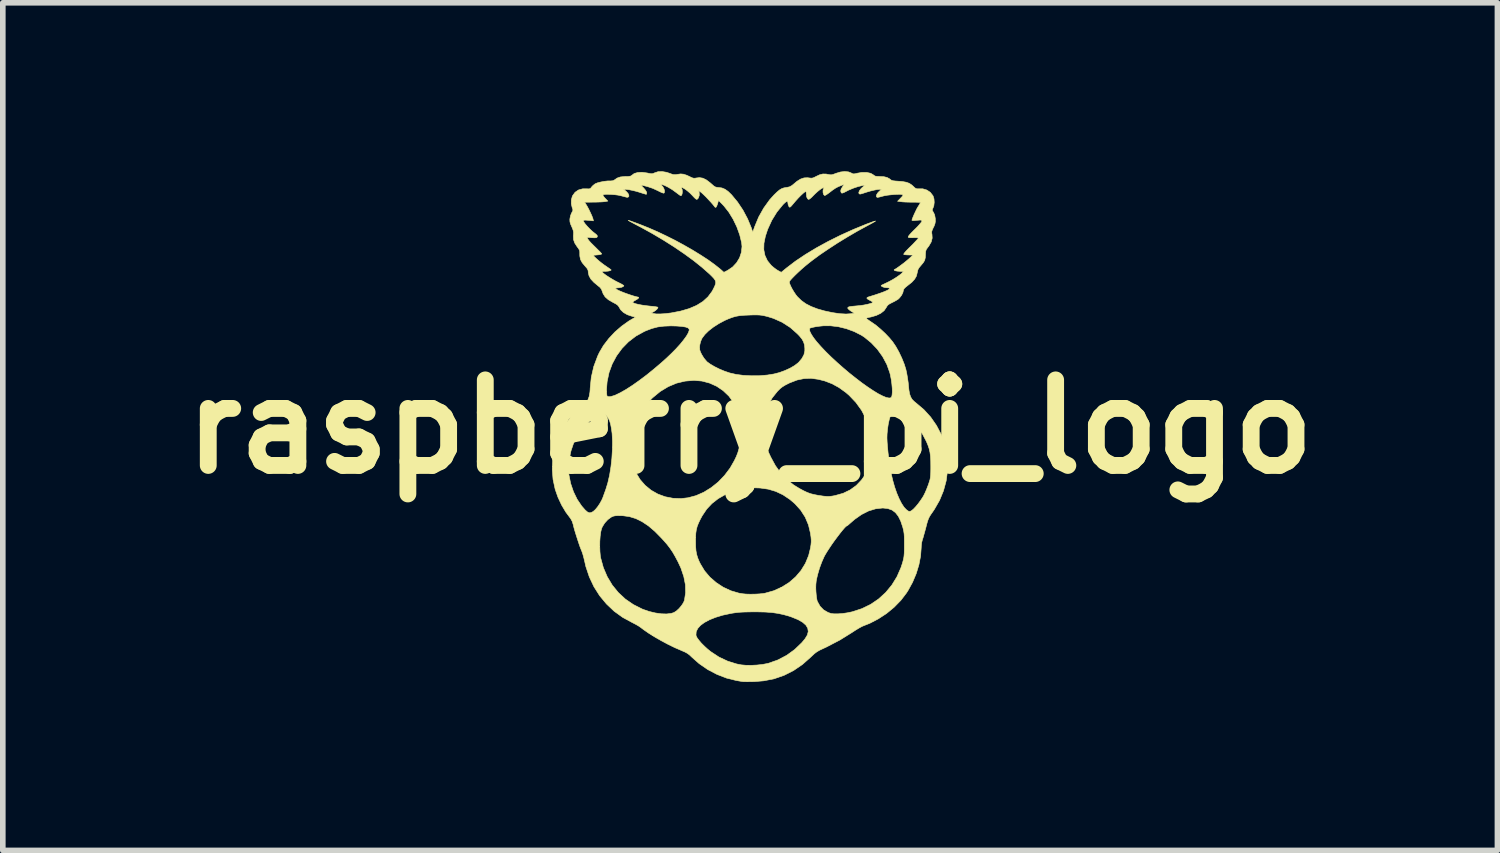
<source format=kicad_pcb>
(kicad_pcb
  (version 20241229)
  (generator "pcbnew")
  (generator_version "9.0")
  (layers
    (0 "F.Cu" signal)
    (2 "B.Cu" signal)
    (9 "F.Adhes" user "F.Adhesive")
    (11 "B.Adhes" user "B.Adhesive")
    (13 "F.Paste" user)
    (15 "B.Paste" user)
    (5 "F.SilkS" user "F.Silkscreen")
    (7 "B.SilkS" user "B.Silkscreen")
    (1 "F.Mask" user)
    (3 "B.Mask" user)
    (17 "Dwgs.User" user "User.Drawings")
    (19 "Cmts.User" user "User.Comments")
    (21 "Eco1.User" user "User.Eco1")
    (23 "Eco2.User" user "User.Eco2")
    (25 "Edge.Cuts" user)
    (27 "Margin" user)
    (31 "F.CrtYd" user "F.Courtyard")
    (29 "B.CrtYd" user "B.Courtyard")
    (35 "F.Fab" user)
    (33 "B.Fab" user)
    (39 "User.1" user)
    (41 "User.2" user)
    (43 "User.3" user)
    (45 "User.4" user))
  (footprint "raspberry_pi_logo"
    (layer "F.Cu")
    (at 10.312 4.552)
    (property "Reference" "raspberry_pi_logo" (at 0 0 0) (layer "F.SilkS") (effects (font (size 1.524 1.524) (thickness 0.3))))
    (attr through_hole)
    (fp_poly (pts (xy 1.753 -4.54) (xy 1.799 -4.522) (xy 1.825 -4.508) (xy 1.847 -4.504) (xy 1.877 -4.508) (xy 1.907 -4.516) (xy 1.994 -4.531) (xy 2.075 -4.531) (xy 2.143 -4.516) (xy 2.159 -4.509) (xy 2.191 -4.49) (xy 2.213 -4.475) (xy 2.216 -4.471) (xy 2.232 -4.464) (xy 2.266 -4.46) (xy 2.311 -4.458) (xy 2.311 -4.458) (xy 2.384 -4.454) (xy 2.439 -4.441) (xy 2.482 -4.418) (xy 2.498 -4.405) (xy 2.518 -4.391) (xy 2.548 -4.382) (xy 2.593 -4.377) (xy 2.625 -4.375) (xy 2.713 -4.368) (xy 2.781 -4.356) (xy 2.836 -4.336) (xy 2.881 -4.306) (xy 2.903 -4.286) (xy 2.936 -4.255) (xy 2.961 -4.241) (xy 2.985 -4.238) (xy 2.996 -4.239) (xy 3.075 -4.239) (xy 3.148 -4.217) (xy 3.21 -4.176) (xy 3.256 -4.117) (xy 3.26 -4.11) (xy 3.276 -4.059) (xy 3.28 -3.997) (xy 3.273 -3.936) (xy 3.26 -3.901) (xy 3.247 -3.871) (xy 3.247 -3.851) (xy 3.262 -3.826) (xy 3.267 -3.819) (xy 3.288 -3.773) (xy 3.299 -3.71) (xy 3.299 -3.703) (xy 3.3 -3.654) (xy 3.293 -3.615) (xy 3.277 -3.572) (xy 3.266 -3.552) (xy 3.246 -3.508) (xy 3.236 -3.477) (xy 3.236 -3.448) (xy 3.24 -3.428) (xy 3.244 -3.36) (xy 3.226 -3.291) (xy 3.184 -3.219) (xy 3.16 -3.188) (xy 3.138 -3.157) (xy 3.128 -3.125) (xy 3.124 -3.081) (xy 3.124 -3.071) (xy 3.121 -3.012) (xy 3.11 -2.965) (xy 3.085 -2.923) (xy 3.045 -2.875) (xy 3.043 -2.873) (xy 3.01 -2.833) (xy 2.99 -2.798) (xy 2.98 -2.757) (xy 2.978 -2.747) (xy 2.963 -2.685) (xy 2.931 -2.629) (xy 2.881 -2.574) (xy 2.814 -2.521) (xy 2.77 -2.486) (xy 2.744 -2.46) (xy 2.732 -2.438) (xy 2.73 -2.426) (xy 2.721 -2.388) (xy 2.698 -2.342) (xy 2.665 -2.299) (xy 2.64 -2.274) (xy 2.61 -2.255) (xy 2.568 -2.231) (xy 2.527 -2.211) (xy 2.48 -2.186) (xy 2.451 -2.164) (xy 2.432 -2.137) (xy 2.425 -2.123) (xy 2.387 -2.068) (xy 2.327 -2.021) (xy 2.248 -1.983) (xy 2.152 -1.955) (xy 2.123 -1.95) (xy 2.091 -1.942) (xy 2.072 -1.934) (xy 2.07 -1.932) (xy 2.08 -1.921) (xy 2.107 -1.901) (xy 2.146 -1.874) (xy 2.166 -1.861) (xy 2.242 -1.808) (xy 2.324 -1.739) (xy 2.407 -1.662) (xy 2.482 -1.583) (xy 2.54 -1.513) (xy 2.596 -1.43) (xy 2.652 -1.33) (xy 2.703 -1.222) (xy 2.746 -1.115) (xy 2.775 -1.022) (xy 2.79 -0.954) (xy 2.804 -0.872) (xy 2.816 -0.789) (xy 2.821 -0.738) (xy 2.83 -0.65) (xy 2.842 -0.584) (xy 2.86 -0.532) (xy 2.885 -0.489) (xy 2.921 -0.452) (xy 2.965 -0.416) (xy 3.098 -0.303) (xy 3.217 -0.172) (xy 3.319 -0.025) (xy 3.402 0.132) (xy 3.446 0.242) (xy 3.494 0.42) (xy 3.517 0.601) (xy 3.517 0.783) (xy 3.493 0.964) (xy 3.445 1.141) (xy 3.375 1.311) (xy 3.282 1.473) (xy 3.25 1.52) (xy 3.219 1.564) (xy 3.196 1.601) (xy 3.178 1.638) (xy 3.162 1.681) (xy 3.146 1.737) (xy 3.132 1.793) (xy 3.114 1.86) (xy 3.096 1.924) (xy 3.081 1.978) (xy 3.069 2.014) (xy 3.068 2.018) (xy 3.057 2.061) (xy 3.05 2.116) (xy 3.048 2.159) (xy 3.037 2.305) (xy 3.007 2.46) (xy 2.959 2.617) (xy 2.894 2.771) (xy 2.814 2.917) (xy 2.785 2.962) (xy 2.686 3.092) (xy 2.566 3.215) (xy 2.43 3.327) (xy 2.283 3.423) (xy 2.131 3.502) (xy 2.03 3.542) (xy 1.992 3.558) (xy 1.941 3.586) (xy 1.883 3.621) (xy 1.824 3.659) (xy 1.822 3.661) (xy 1.598 3.8) (xy 1.36 3.924) (xy 1.304 3.95) (xy 1.24 3.98) (xy 1.19 4.009) (xy 1.146 4.042) (xy 1.099 4.086) (xy 1.081 4.103) (xy 0.932 4.235) (xy 0.774 4.343) (xy 0.606 4.428) (xy 0.43 4.489) (xy 0.244 4.526) (xy 0.076 4.54) (xy 0.009 4.541) (xy -0.052 4.542) (xy -0.1 4.541) (xy -0.131 4.54) (xy -0.133 4.539) (xy -0.167 4.534) (xy -0.214 4.526) (xy -0.248 4.52) (xy -0.421 4.477) (xy -0.591 4.411) (xy -0.755 4.325) (xy -0.907 4.22) (xy -1.035 4.107) (xy -1.077 4.067) (xy -1.117 4.037) (xy -1.163 4.012) (xy -1.224 3.986) (xy -1.232 3.982) (xy -1.341 3.935) (xy -1.458 3.878) (xy -1.578 3.814) (xy -1.695 3.747) (xy -1.756 3.709) (xy -0.964 3.709) (xy -0.961 3.724) (xy -0.945 3.758) (xy -0.912 3.803) (xy -0.868 3.855) (xy -0.814 3.909) (xy -0.757 3.961) (xy -0.703 4.005) (xy -0.554 4.103) (xy -0.399 4.176) (xy -0.238 4.226) (xy -0.156 4.242) (xy -0.075 4.249) (xy 0.021 4.25) (xy 0.123 4.245) (xy 0.222 4.234) (xy 0.308 4.218) (xy 0.332 4.212) (xy 0.498 4.153) (xy 0.653 4.071) (xy 0.794 3.969) (xy 0.921 3.847) (xy 0.98 3.776) (xy 1.02 3.71) (xy 1.036 3.648) (xy 1.027 3.589) (xy 0.994 3.534) (xy 0.936 3.483) (xy 0.852 3.435) (xy 0.744 3.391) (xy 0.692 3.373) (xy 0.595 3.346) (xy 0.497 3.325) (xy 0.393 3.31) (xy 0.277 3.301) (xy 0.145 3.298) (xy 0.064 3.297) (xy -0.039 3.299) (xy -0.122 3.301) (xy -0.192 3.305) (xy -0.255 3.312) (xy -0.317 3.321) (xy -0.349 3.327) (xy -0.489 3.357) (xy -0.614 3.395) (xy -0.722 3.438) (xy -0.812 3.486) (xy -0.883 3.538) (xy -0.932 3.593) (xy -0.96 3.651) (xy -0.964 3.709) (xy -1.756 3.709) (xy -1.803 3.68) (xy -1.897 3.615) (xy -1.949 3.575) (xy -1.986 3.55) (xy -2.036 3.521) (xy -2.09 3.493) (xy -2.1 3.488) (xy -2.268 3.397) (xy -2.422 3.286) (xy -2.559 3.156) (xy -2.68 3.01) (xy -2.782 2.849) (xy -2.864 2.675) (xy -2.926 2.49) (xy -2.946 2.402) (xy -2.961 2.339) (xy -2.978 2.276) (xy -2.995 2.225) (xy -3.002 2.208) (xy -3.022 2.158) (xy -3.032 2.132) (xy -2.678 2.132) (xy -2.675 2.221) (xy -2.668 2.3) (xy -2.662 2.336) (xy -2.614 2.51) (xy -2.545 2.671) (xy -2.456 2.82) (xy -2.348 2.953) (xy -2.222 3.07) (xy -2.079 3.168) (xy -1.922 3.247) (xy -1.905 3.254) (xy -1.797 3.291) (xy -1.688 3.317) (xy -1.583 3.332) (xy -1.487 3.335) (xy -1.405 3.325) (xy -1.357 3.31) (xy -1.313 3.282) (xy -1.266 3.239) (xy -1.222 3.187) (xy -1.187 3.134) (xy -1.169 3.091) (xy -1.149 2.957) (xy -1.152 2.816) (xy -1.181 2.669) (xy -1.233 2.515) (xy -1.284 2.406) (xy -1.334 2.312) (xy -1.379 2.234) (xy -1.425 2.166) (xy -1.476 2.099) (xy -1.529 2.038) (xy -0.971 2.038) (xy -0.97 2.132) (xy -0.964 2.209) (xy -0.952 2.274) (xy -0.933 2.337) (xy -0.905 2.404) (xy -0.885 2.444) (xy -0.811 2.567) (xy -0.716 2.679) (xy -0.603 2.777) (xy -0.478 2.859) (xy -0.342 2.922) (xy -0.199 2.964) (xy -0.133 2.975) (xy -0.073 2.981) (xy 0.002 2.983) (xy 0.084 2.982) (xy 0.163 2.978) (xy 0.231 2.971) (xy 0.267 2.965) (xy 0.423 2.921) (xy 0.535 2.87) (xy 1.17 2.87) (xy 1.173 2.934) (xy 1.178 2.995) (xy 1.185 3.051) (xy 1.193 3.095) (xy 1.199 3.112) (xy 1.247 3.198) (xy 1.31 3.263) (xy 1.39 3.309) (xy 1.444 3.327) (xy 1.496 3.333) (xy 1.565 3.333) (xy 1.645 3.327) (xy 1.73 3.315) (xy 1.812 3.298) (xy 1.824 3.295) (xy 1.992 3.24) (xy 2.148 3.164) (xy 2.289 3.068) (xy 2.416 2.952) (xy 2.525 2.82) (xy 2.617 2.671) (xy 2.688 2.508) (xy 2.713 2.432) (xy 2.726 2.386) (xy 2.736 2.345) (xy 2.742 2.304) (xy 2.746 2.255) (xy 2.748 2.194) (xy 2.748 2.114) (xy 2.748 2.108) (xy 2.748 2.025) (xy 2.747 1.961) (xy 2.744 1.91) (xy 2.738 1.867) (xy 2.729 1.825) (xy 2.721 1.793) (xy 2.684 1.682) (xy 2.641 1.595) (xy 2.59 1.53) (xy 2.529 1.484) (xy 2.456 1.458) (xy 2.37 1.448) (xy 2.357 1.448) (xy 2.235 1.462) (xy 2.111 1.5) (xy 1.986 1.563) (xy 1.862 1.65) (xy 1.778 1.723) (xy 1.75 1.748) (xy 1.73 1.763) (xy 1.725 1.765) (xy 1.708 1.775) (xy 1.68 1.804) (xy 1.643 1.847) (xy 1.6 1.901) (xy 1.552 1.964) (xy 1.502 2.031) (xy 1.453 2.1) (xy 1.408 2.168) (xy 1.367 2.231) (xy 1.335 2.285) (xy 1.321 2.31) (xy 1.278 2.407) (xy 1.237 2.517) (xy 1.204 2.63) (xy 1.192 2.68) (xy 1.178 2.748) (xy 1.172 2.808) (xy 1.17 2.87) (xy 0.535 2.87) (xy 0.566 2.856) (xy 0.696 2.774) (xy 0.811 2.674) (xy 0.908 2.56) (xy 0.986 2.433) (xy 1.043 2.294) (xy 1.076 2.159) (xy 1.085 2.1) (xy 1.089 2.054) (xy 1.089 2.013) (xy 1.085 1.965) (xy 1.076 1.902) (xy 1.075 1.896) (xy 1.04 1.749) (xy 0.982 1.611) (xy 0.901 1.485) (xy 0.798 1.371) (xy 0.709 1.295) (xy 0.585 1.212) (xy 0.458 1.152) (xy 0.324 1.112) (xy 0.178 1.091) (xy 0.057 1.087) (xy -0.06 1.092) (xy -0.161 1.105) (xy -0.257 1.13) (xy -0.355 1.167) (xy -0.438 1.206) (xy -0.569 1.281) (xy -0.679 1.367) (xy -0.773 1.467) (xy -0.853 1.586) (xy -0.888 1.651) (xy -0.92 1.718) (xy -0.943 1.777) (xy -0.958 1.835) (xy -0.967 1.898) (xy -0.971 1.974) (xy -0.971 2.038) (xy -1.529 2.038) (xy -1.539 2.027) (xy -1.577 1.985) (xy -1.696 1.864) (xy -1.811 1.766) (xy -1.924 1.691) (xy -2.035 1.636) (xy -2.149 1.601) (xy -2.265 1.585) (xy -2.297 1.584) (xy -2.358 1.583) (xy -2.401 1.586) (xy -2.433 1.592) (xy -2.461 1.604) (xy -2.472 1.609) (xy -2.534 1.654) (xy -2.59 1.715) (xy -2.633 1.784) (xy -2.647 1.819) (xy -2.661 1.877) (xy -2.671 1.953) (xy -2.677 2.04) (xy -2.678 2.132) (xy -3.032 2.132) (xy -3.046 2.091) (xy -3.072 2.013) (xy -3.098 1.932) (xy -3.122 1.854) (xy -3.141 1.786) (xy -3.15 1.746) (xy -3.17 1.684) (xy -3.197 1.635) (xy -3.202 1.629) (xy -3.283 1.52) (xy -3.358 1.394) (xy -3.422 1.257) (xy -3.471 1.118) (xy -3.472 1.115) (xy -3.51 0.939) (xy -3.524 0.758) (xy -3.522 0.704) (xy -3.234 0.704) (xy -3.23 0.832) (xy -3.227 0.858) (xy -3.196 1.012) (xy -3.146 1.158) (xy -3.081 1.292) (xy -3.001 1.411) (xy -2.938 1.483) (xy -2.898 1.518) (xy -2.866 1.533) (xy -2.834 1.53) (xy -2.795 1.51) (xy -2.793 1.508) (xy -2.757 1.476) (xy -2.717 1.428) (xy -2.678 1.37) (xy -2.644 1.31) (xy -2.622 1.26) (xy -2.606 1.215) (xy -2.586 1.16) (xy -2.57 1.116) (xy -2.534 0.998) (xy -2.503 0.863) (xy -2.479 0.714) (xy -2.462 0.56) (xy -2.453 0.406) (xy -2.452 0.362) (xy -2.126 0.362) (xy -2.125 0.463) (xy -2.12 0.546) (xy -2.109 0.617) (xy -2.09 0.684) (xy -2.064 0.753) (xy -2.033 0.819) (xy -1.96 0.94) (xy -1.869 1.044) (xy -1.763 1.131) (xy -1.643 1.199) (xy -1.513 1.247) (xy -1.374 1.274) (xy -1.229 1.279) (xy -1.105 1.265) (xy -0.963 1.227) (xy -0.824 1.166) (xy -0.692 1.084) (xy -0.567 0.984) (xy -0.455 0.867) (xy -0.356 0.736) (xy -0.28 0.603) (xy -0.245 0.53) (xy -0.219 0.463) (xy -0.199 0.394) (xy -0.182 0.313) (xy -0.172 0.254) (xy -0.156 0.109) (xy -0.157 0.057) (xy 0.246 0.057) (xy 0.247 0.076) (xy 0.257 0.187) (xy 0.273 0.282) (xy 0.298 0.372) (xy 0.334 0.467) (xy 0.368 0.54) (xy 0.451 0.693) (xy 0.546 0.825) (xy 0.653 0.939) (xy 0.776 1.037) (xy 0.877 1.099) (xy 0.953 1.14) (xy 1.017 1.17) (xy 1.076 1.192) (xy 1.14 1.208) (xy 1.217 1.223) (xy 1.232 1.225) (xy 1.306 1.236) (xy 1.363 1.241) (xy 1.411 1.241) (xy 1.459 1.236) (xy 1.515 1.226) (xy 1.517 1.225) (xy 1.659 1.185) (xy 1.783 1.125) (xy 1.892 1.046) (xy 1.985 0.948) (xy 2.032 0.882) (xy 2.097 0.763) (xy 2.141 0.632) (xy 2.167 0.488) (xy 2.173 0.359) (xy 2.162 0.2) (xy 2.438 0.2) (xy 2.441 0.271) (xy 2.448 0.362) (xy 2.458 0.465) (xy 2.472 0.575) (xy 2.488 0.686) (xy 2.505 0.791) (xy 2.514 0.838) (xy 2.542 0.958) (xy 2.575 1.074) (xy 2.613 1.183) (xy 2.655 1.282) (xy 2.698 1.366) (xy 2.742 1.433) (xy 2.784 1.478) (xy 2.786 1.479) (xy 2.817 1.502) (xy 2.838 1.509) (xy 2.861 1.503) (xy 2.881 1.491) (xy 2.911 1.466) (xy 2.95 1.425) (xy 2.993 1.373) (xy 3.035 1.316) (xy 3.074 1.258) (xy 3.092 1.227) (xy 3.116 1.179) (xy 3.143 1.117) (xy 3.168 1.052) (xy 3.177 1.029) (xy 3.192 0.982) (xy 3.204 0.944) (xy 3.211 0.908) (xy 3.215 0.868) (xy 3.218 0.818) (xy 3.219 0.753) (xy 3.219 0.705) (xy 3.218 0.604) (xy 3.213 0.523) (xy 3.204 0.453) (xy 3.189 0.389) (xy 3.167 0.325) (xy 3.14 0.261) (xy 3.071 0.13) (xy 2.982 0.006) (xy 2.878 -0.106) (xy 2.765 -0.2) (xy 2.732 -0.222) (xy 2.671 -0.259) (xy 2.626 -0.281) (xy 2.591 -0.288) (xy 2.562 -0.283) (xy 2.549 -0.276) (xy 2.525 -0.248) (xy 2.501 -0.198) (xy 2.48 -0.132) (xy 2.462 -0.052) (xy 2.449 0.036) (xy 2.44 0.128) (xy 2.438 0.2) (xy 2.162 0.2) (xy 2.161 0.187) (xy 2.125 0.02) (xy 2.066 -0.141) (xy 1.986 -0.293) (xy 1.885 -0.433) (xy 1.765 -0.559) (xy 1.706 -0.61) (xy 1.584 -0.698) (xy 1.462 -0.765) (xy 1.333 -0.815) (xy 1.215 -0.845) (xy 1.086 -0.863) (xy 0.961 -0.858) (xy 0.836 -0.832) (xy 0.706 -0.782) (xy 0.691 -0.775) (xy 0.626 -0.742) (xy 0.577 -0.712) (xy 0.536 -0.68) (xy 0.496 -0.64) (xy 0.488 -0.632) (xy 0.394 -0.514) (xy 0.323 -0.388) (xy 0.275 -0.251) (xy 0.25 -0.103) (xy 0.246 0.057) (xy -0.157 0.057) (xy -0.157 -0.023) (xy -0.177 -0.148) (xy -0.216 -0.274) (xy -0.228 -0.304) (xy -0.295 -0.433) (xy -0.379 -0.547) (xy -0.48 -0.643) (xy -0.595 -0.721) (xy -0.722 -0.778) (xy -0.858 -0.814) (xy -1 -0.826) (xy -1.158 -0.813) (xy -1.312 -0.776) (xy -1.459 -0.714) (xy -1.6 -0.629) (xy -1.734 -0.519) (xy -1.751 -0.503) (xy -1.871 -0.37) (xy -1.971 -0.222) (xy -2.049 -0.059) (xy -2.091 0.06) (xy -2.104 0.108) (xy -2.114 0.151) (xy -2.12 0.196) (xy -2.124 0.249) (xy -2.125 0.317) (xy -2.126 0.362) (xy -2.452 0.362) (xy -2.451 0.258) (xy -2.458 0.122) (xy -2.469 0.038) (xy -2.484 -0.042) (xy -2.502 -0.103) (xy -2.525 -0.151) (xy -2.557 -0.193) (xy -2.565 -0.201) (xy -2.597 -0.228) (xy -2.63 -0.238) (xy -2.669 -0.23) (xy -2.718 -0.203) (xy -2.741 -0.188) (xy -2.872 -0.086) (xy -2.983 0.03) (xy -3.077 0.163) (xy -3.091 0.186) (xy -3.147 0.301) (xy -3.191 0.431) (xy -3.22 0.568) (xy -3.234 0.704) (xy -3.522 0.704) (xy -3.516 0.577) (xy -3.484 0.398) (xy -3.431 0.224) (xy -3.356 0.059) (xy -3.289 -0.052) (xy -3.245 -0.111) (xy -3.188 -0.178) (xy -3.125 -0.246) (xy -3.061 -0.309) (xy -3.003 -0.36) (xy -2.981 -0.377) (xy -2.929 -0.423) (xy -2.891 -0.475) (xy -2.867 -0.538) (xy -2.853 -0.617) (xy -2.849 -0.673) (xy -2.557 -0.673) (xy -2.557 -0.622) (xy -2.554 -0.58) (xy -2.55 -0.553) (xy -2.549 -0.549) (xy -2.526 -0.535) (xy -2.484 -0.537) (xy -2.424 -0.555) (xy -2.397 -0.565) (xy -2.31 -0.607) (xy -2.208 -0.665) (xy -2.095 -0.738) (xy -1.972 -0.825) (xy -1.843 -0.922) (xy -1.711 -1.029) (xy -1.577 -1.143) (xy -1.488 -1.223) (xy -1.397 -1.31) (xy -1.314 -1.394) (xy -1.309 -1.4) (xy -0.901 -1.4) (xy -0.896 -1.367) (xy -0.884 -1.331) (xy -0.863 -1.288) (xy -0.823 -1.223) (xy -0.777 -1.168) (xy -0.763 -1.154) (xy -0.707 -1.114) (xy -0.632 -1.07) (xy -0.547 -1.028) (xy -0.456 -0.99) (xy -0.368 -0.96) (xy -0.362 -0.958) (xy -0.248 -0.932) (xy -0.117 -0.915) (xy 0.024 -0.908) (xy 0.168 -0.909) (xy 0.307 -0.921) (xy 0.425 -0.94) (xy 0.522 -0.965) (xy 0.62 -1.001) (xy 0.712 -1.043) (xy 0.793 -1.09) (xy 0.855 -1.138) (xy 0.866 -1.148) (xy 0.923 -1.216) (xy 0.959 -1.282) (xy 0.975 -1.35) (xy 0.975 -1.401) (xy 0.968 -1.462) (xy 0.951 -1.514) (xy 0.923 -1.564) (xy 0.879 -1.618) (xy 0.842 -1.656) (xy 0.758 -1.731) (xy 1.057 -1.731) (xy 1.067 -1.693) (xy 1.092 -1.644) (xy 1.131 -1.585) (xy 1.181 -1.52) (xy 1.26 -1.43) (xy 1.35 -1.335) (xy 1.448 -1.239) (xy 1.553 -1.142) (xy 1.662 -1.046) (xy 1.772 -0.953) (xy 1.883 -0.865) (xy 1.991 -0.782) (xy 2.095 -0.708) (xy 2.193 -0.643) (xy 2.281 -0.589) (xy 2.359 -0.549) (xy 2.424 -0.522) (xy 2.474 -0.512) (xy 2.483 -0.512) (xy 2.506 -0.516) (xy 2.52 -0.529) (xy 2.528 -0.558) (xy 2.53 -0.572) (xy 2.534 -0.621) (xy 2.532 -0.688) (xy 2.525 -0.765) (xy 2.514 -0.845) (xy 2.499 -0.922) (xy 2.488 -0.965) (xy 2.436 -1.11) (xy 2.361 -1.25) (xy 2.267 -1.381) (xy 2.157 -1.497) (xy 2.036 -1.596) (xy 1.982 -1.631) (xy 1.854 -1.696) (xy 1.715 -1.747) (xy 1.572 -1.782) (xy 1.429 -1.799) (xy 1.304 -1.798) (xy 1.235 -1.791) (xy 1.17 -1.782) (xy 1.116 -1.771) (xy 1.078 -1.761) (xy 1.063 -1.753) (xy 1.057 -1.731) (xy 0.758 -1.731) (xy 0.714 -1.769) (xy 0.571 -1.861) (xy 0.417 -1.93) (xy 0.308 -1.964) (xy 0.257 -1.976) (xy 0.213 -1.985) (xy 0.17 -1.99) (xy 0.121 -1.992) (xy 0.059 -1.992) (xy -0.006 -1.99) (xy -0.105 -1.986) (xy -0.185 -1.979) (xy -0.254 -1.967) (xy -0.319 -1.948) (xy -0.387 -1.922) (xy -0.451 -1.894) (xy -0.556 -1.838) (xy -0.653 -1.776) (xy -0.738 -1.71) (xy -0.806 -1.643) (xy -0.855 -1.578) (xy -0.863 -1.562) (xy -0.882 -1.516) (xy -0.895 -1.462) (xy -0.898 -1.44) (xy -0.901 -1.4) (xy -1.309 -1.4) (xy -1.241 -1.475) (xy -1.181 -1.55) (xy -1.133 -1.616) (xy -1.101 -1.672) (xy -1.085 -1.716) (xy -1.086 -1.74) (xy -1.105 -1.76) (xy -1.148 -1.776) (xy -1.215 -1.787) (xy -1.303 -1.794) (xy -1.41 -1.797) (xy -1.535 -1.792) (xy -1.645 -1.778) (xy -1.748 -1.751) (xy -1.854 -1.711) (xy -1.887 -1.696) (xy -2.034 -1.615) (xy -2.166 -1.514) (xy -2.281 -1.396) (xy -2.378 -1.264) (xy -2.456 -1.119) (xy -2.513 -0.964) (xy -2.547 -0.801) (xy -2.557 -0.673) (xy -2.849 -0.673) (xy -2.849 -0.686) (xy -2.829 -0.881) (xy -2.785 -1.072) (xy -2.716 -1.257) (xy -2.685 -1.323) (xy -2.612 -1.447) (xy -2.518 -1.57) (xy -2.409 -1.687) (xy -2.288 -1.792) (xy -2.162 -1.882) (xy -2.127 -1.903) (xy -2.042 -1.953) (xy -2.104 -1.968) (xy -2.187 -1.996) (xy -2.256 -2.036) (xy -2.306 -2.084) (xy -2.323 -2.113) (xy -2.341 -2.144) (xy -2.362 -2.168) (xy -2.393 -2.189) (xy -2.44 -2.214) (xy -2.446 -2.217) (xy -2.525 -2.263) (xy -2.582 -2.313) (xy -2.618 -2.37) (xy -2.632 -2.408) (xy -2.648 -2.45) (xy -2.675 -2.484) (xy -2.705 -2.508) (xy -2.782 -2.572) (xy -2.837 -2.631) (xy -2.869 -2.689) (xy -2.883 -2.748) (xy -2.883 -2.761) (xy -2.888 -2.791) (xy -2.905 -2.822) (xy -2.939 -2.861) (xy -2.941 -2.863) (xy -2.991 -2.923) (xy -3.021 -2.979) (xy -3.033 -3.04) (xy -3.034 -3.079) (xy -3.034 -3.117) (xy -3.04 -3.146) (xy -3.057 -3.175) (xy -3.084 -3.211) (xy -3.124 -3.273) (xy -3.145 -3.333) (xy -3.148 -3.401) (xy -3.146 -3.425) (xy -3.145 -3.464) (xy -3.152 -3.501) (xy -3.17 -3.548) (xy -3.178 -3.565) (xy -3.199 -3.614) (xy -3.209 -3.651) (xy -3.21 -3.674) (xy -2.972 -3.674) (xy -2.963 -3.65) (xy -2.938 -3.614) (xy -2.901 -3.571) (xy -2.856 -3.524) (xy -2.808 -3.479) (xy -2.759 -3.44) (xy -2.751 -3.434) (xy -2.725 -3.41) (xy -2.721 -3.388) (xy -2.722 -3.385) (xy -2.73 -3.373) (xy -2.746 -3.367) (xy -2.776 -3.366) (xy -2.819 -3.368) (xy -2.908 -3.375) (xy -2.886 -3.337) (xy -2.868 -3.313) (xy -2.836 -3.277) (xy -2.794 -3.235) (xy -2.754 -3.196) (xy -2.712 -3.154) (xy -2.676 -3.119) (xy -2.652 -3.092) (xy -2.643 -3.08) (xy -2.654 -3.072) (xy -2.683 -3.065) (xy -2.721 -3.061) (xy -2.8 -3.054) (xy -2.737 -2.994) (xy -2.695 -2.957) (xy -2.642 -2.914) (xy -2.588 -2.874) (xy -2.578 -2.868) (xy -2.535 -2.838) (xy -2.501 -2.815) (xy -2.481 -2.8) (xy -2.477 -2.798) (xy -2.477 -2.788) (xy -2.497 -2.779) (xy -2.531 -2.772) (xy -2.573 -2.769) (xy -2.576 -2.769) (xy -2.615 -2.768) (xy -2.633 -2.765) (xy -2.634 -2.757) (xy -2.627 -2.747) (xy -2.603 -2.726) (xy -2.563 -2.696) (xy -2.51 -2.662) (xy -2.451 -2.626) (xy -2.391 -2.592) (xy -2.339 -2.566) (xy -2.297 -2.545) (xy -2.265 -2.526) (xy -2.249 -2.514) (xy -2.248 -2.513) (xy -2.26 -2.497) (xy -2.291 -2.484) (xy -2.335 -2.476) (xy -2.349 -2.475) (xy -2.403 -2.471) (xy -2.372 -2.444) (xy -2.349 -2.431) (xy -2.308 -2.413) (xy -2.254 -2.391) (xy -2.194 -2.369) (xy -2.133 -2.348) (xy -2.077 -2.33) (xy -2.031 -2.317) (xy -2.003 -2.311) (xy -2.001 -2.311) (xy -1.984 -2.306) (xy -1.987 -2.292) (xy -2.008 -2.274) (xy -2.042 -2.254) (xy -2.072 -2.237) (xy -2.089 -2.221) (xy -2.091 -2.216) (xy -2.076 -2.205) (xy -2.041 -2.192) (xy -1.989 -2.179) (xy -1.925 -2.167) (xy -1.854 -2.157) (xy -1.785 -2.149) (xy -1.729 -2.144) (xy -1.683 -2.138) (xy -1.652 -2.132) (xy -1.642 -2.129) (xy -1.644 -2.115) (xy -1.661 -2.092) (xy -1.689 -2.068) (xy -1.721 -2.047) (xy -1.759 -2.027) (xy -1.727 -2.018) (xy -1.676 -2.01) (xy -1.604 -2.009) (xy -1.517 -2.014) (xy -1.419 -2.026) (xy -1.414 -2.026) (xy -1.238 -2.06) (xy -1.084 -2.105) (xy -0.952 -2.162) (xy -0.841 -2.231) (xy -0.75 -2.314) (xy -0.679 -2.409) (xy -0.656 -2.451) (xy -0.63 -2.504) (xy -0.615 -2.545) (xy -0.612 -2.579) (xy -0.623 -2.611) (xy -0.648 -2.646) (xy -0.69 -2.69) (xy -0.731 -2.729) (xy -0.858 -2.841) (xy -1.005 -2.959) (xy -1.171 -3.08) (xy -1.35 -3.202) (xy -1.541 -3.323) (xy -1.74 -3.441) (xy -1.943 -3.553) (xy -1.991 -3.578) (xy -2.052 -3.61) (xy -2.104 -3.638) (xy -2.144 -3.66) (xy -2.167 -3.673) (xy -2.172 -3.677) (xy -2.161 -3.675) (xy -2.129 -3.665) (xy -2.082 -3.648) (xy -2.022 -3.626) (xy -1.953 -3.6) (xy -1.878 -3.57) (xy -1.803 -3.54) (xy -1.651 -3.474) (xy -1.493 -3.399) (xy -1.333 -3.319) (xy -1.175 -3.233) (xy -1.023 -3.146) (xy -0.88 -3.058) (xy -0.749 -2.973) (xy -0.634 -2.89) (xy -0.538 -2.814) (xy -0.516 -2.795) (xy -0.467 -2.751) (xy -0.399 -2.786) (xy -0.311 -2.846) (xy -0.24 -2.922) (xy -0.187 -3.01) (xy -0.155 -3.107) (xy -0.15 -3.154) (xy 0.244 -3.154) (xy 0.265 -3.051) (xy 0.309 -2.957) (xy 0.376 -2.875) (xy 0.378 -2.873) (xy 0.421 -2.836) (xy 0.467 -2.801) (xy 0.498 -2.782) (xy 0.555 -2.751) (xy 0.649 -2.828) (xy 0.806 -2.948) (xy 0.985 -3.068) (xy 1.182 -3.187) (xy 1.392 -3.302) (xy 1.613 -3.412) (xy 1.841 -3.515) (xy 2.071 -3.609) (xy 2.134 -3.632) (xy 2.179 -3.649) (xy 2.215 -3.66) (xy 2.233 -3.665) (xy 2.235 -3.665) (xy 2.225 -3.657) (xy 2.196 -3.64) (xy 2.153 -3.616) (xy 2.099 -3.587) (xy 2.086 -3.58) (xy 1.908 -3.483) (xy 1.73 -3.379) (xy 1.557 -3.273) (xy 1.393 -3.166) (xy 1.241 -3.063) (xy 1.107 -2.964) (xy 1.052 -2.921) (xy 0.983 -2.865) (xy 0.916 -2.807) (xy 0.853 -2.749) (xy 0.798 -2.696) (xy 0.752 -2.649) (xy 0.718 -2.612) (xy 0.701 -2.586) (xy 0.699 -2.579) (xy 0.705 -2.549) (xy 0.724 -2.504) (xy 0.751 -2.452) (xy 0.783 -2.399) (xy 0.816 -2.35) (xy 0.843 -2.316) (xy 0.913 -2.248) (xy 0.994 -2.19) (xy 1.088 -2.142) (xy 1.2 -2.099) (xy 1.327 -2.063) (xy 1.468 -2.033) (xy 1.597 -2.014) (xy 1.709 -2.008) (xy 1.803 -2.014) (xy 1.808 -2.015) (xy 1.856 -2.023) (xy 1.798 -2.059) (xy 1.766 -2.083) (xy 1.744 -2.104) (xy 1.74 -2.114) (xy 1.743 -2.126) (xy 1.756 -2.134) (xy 1.781 -2.141) (xy 1.824 -2.146) (xy 1.888 -2.152) (xy 1.899 -2.153) (xy 1.963 -2.159) (xy 2.03 -2.169) (xy 2.093 -2.182) (xy 2.144 -2.195) (xy 2.178 -2.207) (xy 2.181 -2.208) (xy 2.186 -2.217) (xy 2.173 -2.23) (xy 2.139 -2.249) (xy 2.138 -2.249) (xy 2.097 -2.272) (xy 2.08 -2.289) (xy 2.085 -2.302) (xy 2.108 -2.312) (xy 2.224 -2.348) (xy 2.319 -2.38) (xy 2.394 -2.408) (xy 2.448 -2.432) (xy 2.479 -2.451) (xy 2.488 -2.465) (xy 2.474 -2.473) (xy 2.435 -2.477) (xy 2.434 -2.477) (xy 2.4 -2.48) (xy 2.367 -2.49) (xy 2.343 -2.502) (xy 2.334 -2.514) (xy 2.337 -2.518) (xy 2.351 -2.526) (xy 2.381 -2.54) (xy 2.419 -2.558) (xy 2.48 -2.588) (xy 2.544 -2.623) (xy 2.605 -2.661) (xy 2.658 -2.698) (xy 2.697 -2.728) (xy 2.704 -2.736) (xy 2.735 -2.769) (xy 2.666 -2.769) (xy 2.624 -2.772) (xy 2.59 -2.778) (xy 2.569 -2.787) (xy 2.566 -2.797) (xy 2.574 -2.802) (xy 2.6 -2.816) (xy 2.639 -2.843) (xy 2.687 -2.878) (xy 2.738 -2.916) (xy 2.786 -2.955) (xy 2.826 -2.989) (xy 2.833 -2.995) (xy 2.902 -3.06) (xy 2.83 -3.06) (xy 2.787 -3.062) (xy 2.752 -3.065) (xy 2.739 -3.068) (xy 2.737 -3.077) (xy 2.751 -3.098) (xy 2.781 -3.133) (xy 2.829 -3.182) (xy 2.859 -3.211) (xy 2.907 -3.259) (xy 2.947 -3.302) (xy 2.978 -3.335) (xy 2.995 -3.356) (xy 2.997 -3.36) (xy 2.985 -3.367) (xy 2.952 -3.369) (xy 2.914 -3.368) (xy 2.865 -3.367) (xy 2.83 -3.37) (xy 2.817 -3.376) (xy 2.818 -3.388) (xy 2.835 -3.413) (xy 2.87 -3.452) (xy 2.923 -3.506) (xy 2.932 -3.514) (xy 2.979 -3.561) (xy 3.018 -3.604) (xy 3.046 -3.638) (xy 3.06 -3.659) (xy 3.061 -3.663) (xy 3.058 -3.675) (xy 3.048 -3.681) (xy 3.024 -3.682) (xy 2.981 -3.678) (xy 2.972 -3.678) (xy 2.928 -3.674) (xy 2.896 -3.674) (xy 2.883 -3.677) (xy 2.883 -3.677) (xy 2.888 -3.699) (xy 2.903 -3.737) (xy 2.923 -3.784) (xy 2.947 -3.835) (xy 2.97 -3.882) (xy 2.991 -3.919) (xy 2.993 -3.921) (xy 3.015 -3.957) (xy 3.03 -3.984) (xy 3.035 -3.994) (xy 3.023 -3.997) (xy 2.991 -3.999) (xy 2.944 -4) (xy 2.891 -4) (xy 2.826 -4.001) (xy 2.764 -4.003) (xy 2.713 -4.006) (xy 2.687 -4.009) (xy 2.627 -4.017) (xy 2.681 -4.072) (xy 2.71 -4.103) (xy 2.722 -4.121) (xy 2.72 -4.131) (xy 2.713 -4.135) (xy 2.684 -4.14) (xy 2.636 -4.14) (xy 2.577 -4.138) (xy 2.512 -4.132) (xy 2.449 -4.125) (xy 2.393 -4.115) (xy 2.356 -4.106) (xy 2.313 -4.094) (xy 2.279 -4.087) (xy 2.263 -4.086) (xy 2.249 -4.102) (xy 2.252 -4.129) (xy 2.271 -4.162) (xy 2.293 -4.186) (xy 2.339 -4.229) (xy 2.296 -4.229) (xy 2.259 -4.225) (xy 2.206 -4.214) (xy 2.143 -4.199) (xy 2.078 -4.18) (xy 2.017 -4.16) (xy 2.009 -4.157) (xy 1.966 -4.145) (xy 1.943 -4.148) (xy 1.942 -4.149) (xy 1.936 -4.172) (xy 1.948 -4.204) (xy 1.976 -4.241) (xy 2.002 -4.266) (xy 2.051 -4.306) (xy 2.007 -4.298) (xy 1.925 -4.279) (xy 1.836 -4.249) (xy 1.75 -4.213) (xy 1.716 -4.195) (xy 1.671 -4.172) (xy 1.643 -4.162) (xy 1.628 -4.164) (xy 1.624 -4.168) (xy 1.614 -4.199) (xy 1.622 -4.234) (xy 1.644 -4.271) (xy 1.674 -4.316) (xy 1.626 -4.299) (xy 1.571 -4.277) (xy 1.522 -4.251) (xy 1.47 -4.216) (xy 1.421 -4.178) (xy 1.382 -4.149) (xy 1.35 -4.128) (xy 1.33 -4.119) (xy 1.328 -4.119) (xy 1.31 -4.136) (xy 1.3 -4.169) (xy 1.299 -4.207) (xy 1.304 -4.229) (xy 1.318 -4.266) (xy 1.272 -4.243) (xy 1.243 -4.223) (xy 1.202 -4.19) (xy 1.158 -4.15) (xy 1.137 -4.129) (xy 1.097 -4.088) (xy 1.069 -4.064) (xy 1.051 -4.052) (xy 1.039 -4.051) (xy 1.027 -4.059) (xy 1.026 -4.06) (xy 1.008 -4.093) (xy 1.003 -4.136) (xy 1.001 -4.169) (xy 0.995 -4.189) (xy 0.992 -4.191) (xy 0.974 -4.182) (xy 0.943 -4.157) (xy 0.902 -4.119) (xy 0.857 -4.073) (xy 0.81 -4.021) (xy 0.788 -3.995) (xy 0.751 -3.951) (xy 0.727 -3.924) (xy 0.711 -3.912) (xy 0.701 -3.912) (xy 0.693 -3.921) (xy 0.69 -3.927) (xy 0.677 -3.96) (xy 0.674 -3.984) (xy 0.67 -4.009) (xy 0.658 -4.016) (xy 0.636 -4.004) (xy 0.601 -3.973) (xy 0.582 -3.953) (xy 0.477 -3.824) (xy 0.387 -3.678) (xy 0.313 -3.516) (xy 0.272 -3.392) (xy 0.247 -3.268) (xy 0.244 -3.154) (xy -0.15 -3.154) (xy -0.144 -3.21) (xy -0.151 -3.28) (xy -0.185 -3.419) (xy -0.236 -3.56) (xy -0.302 -3.697) (xy -0.379 -3.823) (xy -0.465 -3.932) (xy -0.49 -3.959) (xy -0.562 -4.032) (xy -0.579 -3.973) (xy -0.595 -3.929) (xy -0.608 -3.909) (xy -0.623 -3.91) (xy -0.641 -3.932) (xy -0.663 -3.96) (xy -0.698 -4) (xy -0.741 -4.046) (xy -0.786 -4.094) (xy -0.829 -4.136) (xy -0.864 -4.168) (xy -0.879 -4.18) (xy -0.916 -4.206) (xy -0.907 -4.173) (xy -0.905 -4.122) (xy -0.921 -4.076) (xy -0.934 -4.059) (xy -0.946 -4.051) (xy -0.958 -4.052) (xy -0.977 -4.066) (xy -1.006 -4.095) (xy -1.026 -4.117) (xy -1.068 -4.16) (xy -1.113 -4.199) (xy -1.151 -4.229) (xy -1.155 -4.231) (xy -1.192 -4.253) (xy -1.218 -4.265) (xy -1.231 -4.266) (xy -1.225 -4.255) (xy -1.222 -4.252) (xy -1.211 -4.229) (xy -1.207 -4.195) (xy -1.209 -4.159) (xy -1.217 -4.129) (xy -1.231 -4.115) (xy -1.233 -4.115) (xy -1.248 -4.122) (xy -1.276 -4.142) (xy -1.313 -4.17) (xy -1.321 -4.176) (xy -1.387 -4.224) (xy -1.459 -4.267) (xy -1.526 -4.3) (xy -1.561 -4.312) (xy -1.593 -4.321) (xy -1.558 -4.281) (xy -1.537 -4.246) (xy -1.525 -4.209) (xy -1.525 -4.177) (xy -1.535 -4.161) (xy -1.55 -4.163) (xy -1.582 -4.175) (xy -1.624 -4.195) (xy -1.639 -4.203) (xy -1.732 -4.246) (xy -1.83 -4.279) (xy -1.911 -4.299) (xy -1.949 -4.307) (xy -1.895 -4.252) (xy -1.865 -4.216) (xy -1.846 -4.184) (xy -1.841 -4.168) (xy -1.845 -4.146) (xy -1.85 -4.14) (xy -1.865 -4.144) (xy -1.898 -4.154) (xy -1.944 -4.168) (xy -1.978 -4.179) (xy -2.04 -4.197) (xy -2.104 -4.212) (xy -2.159 -4.223) (xy -2.176 -4.225) (xy -2.254 -4.233) (xy -2.206 -4.192) (xy -2.175 -4.158) (xy -2.16 -4.126) (xy -2.16 -4.101) (xy -2.177 -4.088) (xy -2.203 -4.089) (xy -2.221 -4.094) (xy -2.256 -4.103) (xy -2.301 -4.115) (xy -2.305 -4.116) (xy -2.352 -4.126) (xy -2.408 -4.133) (xy -2.467 -4.138) (xy -2.524 -4.14) (xy -2.573 -4.14) (xy -2.607 -4.136) (xy -2.622 -4.129) (xy -2.617 -4.115) (xy -2.599 -4.089) (xy -2.581 -4.069) (xy -2.534 -4.02) (xy -2.584 -4.011) (xy -2.617 -4.007) (xy -2.668 -4.004) (xy -2.73 -4.002) (xy -2.792 -4.001) (xy -2.949 -4) (xy -2.921 -3.959) (xy -2.898 -3.92) (xy -2.871 -3.869) (xy -2.844 -3.813) (xy -2.82 -3.761) (xy -2.804 -3.719) (xy -2.799 -3.704) (xy -2.791 -3.668) (xy -2.881 -3.677) (xy -2.932 -3.681) (xy -2.963 -3.679) (xy -2.972 -3.674) (xy -3.21 -3.674) (xy -3.211 -3.687) (xy -3.209 -3.71) (xy -3.199 -3.758) (xy -3.183 -3.802) (xy -3.175 -3.816) (xy -3.159 -3.845) (xy -3.157 -3.869) (xy -3.167 -3.899) (xy -3.169 -3.903) (xy -3.185 -3.971) (xy -3.184 -4.043) (xy -3.166 -4.108) (xy -3.163 -4.114) (xy -3.118 -4.176) (xy -3.059 -4.217) (xy -2.985 -4.238) (xy -2.915 -4.239) (xy -2.875 -4.237) (xy -2.851 -4.241) (xy -2.835 -4.255) (xy -2.825 -4.269) (xy -2.798 -4.298) (xy -2.762 -4.326) (xy -2.755 -4.33) (xy -2.715 -4.346) (xy -2.659 -4.36) (xy -2.596 -4.372) (xy -2.534 -4.379) (xy -2.483 -4.379) (xy -2.481 -4.379) (xy -2.442 -4.383) (xy -2.417 -4.396) (xy -2.368 -4.43) (xy -2.31 -4.45) (xy -2.238 -4.457) (xy -2.218 -4.458) (xy -2.163 -4.459) (xy -2.129 -4.465) (xy -2.109 -4.476) (xy -2.108 -4.478) (xy -2.064 -4.511) (xy -2.002 -4.529) (xy -1.925 -4.533) (xy -1.835 -4.521) (xy -1.815 -4.517) (xy -1.772 -4.508) (xy -1.744 -4.507) (xy -1.719 -4.515) (xy -1.701 -4.523) (xy -1.641 -4.543) (xy -1.568 -4.546) (xy -1.489 -4.533) (xy -1.432 -4.514) (xy -1.386 -4.497) (xy -1.354 -4.49) (xy -1.324 -4.49) (xy -1.293 -4.496) (xy -1.238 -4.504) (xy -1.186 -4.499) (xy -1.128 -4.48) (xy -1.079 -4.457) (xy -1.036 -4.436) (xy -1.005 -4.427) (xy -0.976 -4.428) (xy -0.963 -4.431) (xy -0.901 -4.438) (xy -0.841 -4.428) (xy -0.78 -4.398) (xy -0.714 -4.348) (xy -0.683 -4.321) (xy -0.647 -4.289) (xy -0.617 -4.271) (xy -0.586 -4.264) (xy -0.562 -4.262) (xy -0.502 -4.254) (xy -0.447 -4.231) (xy -0.392 -4.192) (xy -0.331 -4.133) (xy -0.33 -4.132) (xy -0.224 -4.004) (xy -0.127 -3.859) (xy -0.045 -3.705) (xy 0.019 -3.551) (xy 0.023 -3.54) (xy 0.047 -3.466) (xy 0.082 -3.565) (xy 0.153 -3.736) (xy 0.243 -3.896) (xy 0.347 -4.041) (xy 0.427 -4.13) (xy 0.481 -4.182) (xy 0.524 -4.218) (xy 0.562 -4.241) (xy 0.602 -4.255) (xy 0.649 -4.263) (xy 0.652 -4.263) (xy 0.703 -4.274) (xy 0.743 -4.296) (xy 0.762 -4.311) (xy 0.835 -4.372) (xy 0.899 -4.412) (xy 0.961 -4.433) (xy 1.023 -4.436) (xy 1.056 -4.432) (xy 1.091 -4.428) (xy 1.122 -4.433) (xy 1.159 -4.45) (xy 1.174 -4.458) (xy 1.24 -4.489) (xy 1.297 -4.503) (xy 1.354 -4.502) (xy 1.384 -4.496) (xy 1.42 -4.489) (xy 1.449 -4.488) (xy 1.482 -4.496) (xy 1.527 -4.513) (xy 1.529 -4.514) (xy 1.609 -4.538) (xy 1.685 -4.547) (xy 1.753 -4.54)) (stroke (width 0.01) (type solid)) (fill yes) (layer "F.SilkS")))
  (gr_rect
    (start -3 -3)
    (end 23.625 12.099)
    (stroke (width 0.1) (type default))
    (fill no)
    (layer "Edge.Cuts")))
</source>
